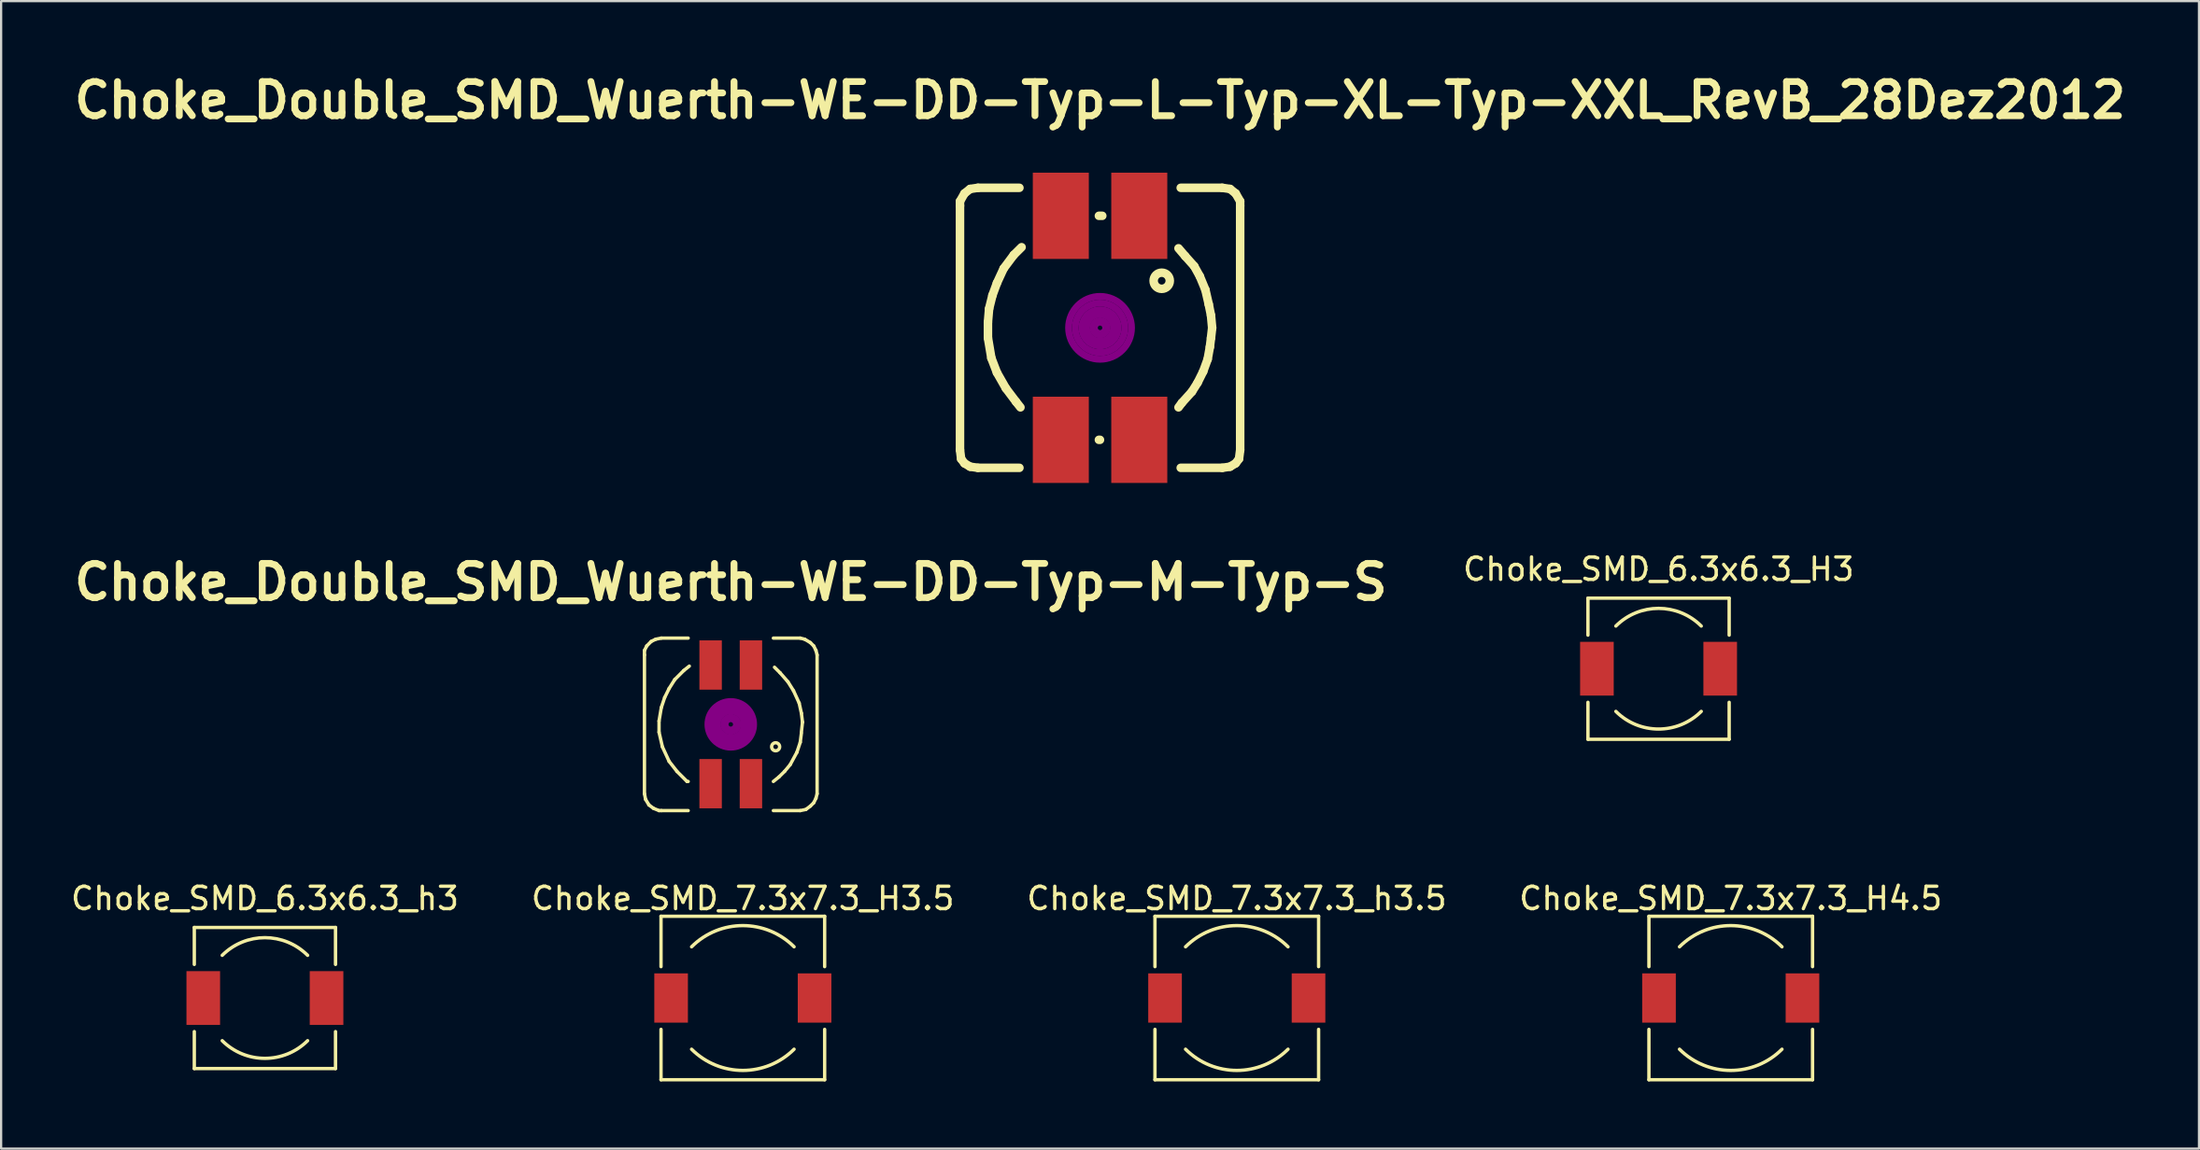
<source format=kicad_pcb>
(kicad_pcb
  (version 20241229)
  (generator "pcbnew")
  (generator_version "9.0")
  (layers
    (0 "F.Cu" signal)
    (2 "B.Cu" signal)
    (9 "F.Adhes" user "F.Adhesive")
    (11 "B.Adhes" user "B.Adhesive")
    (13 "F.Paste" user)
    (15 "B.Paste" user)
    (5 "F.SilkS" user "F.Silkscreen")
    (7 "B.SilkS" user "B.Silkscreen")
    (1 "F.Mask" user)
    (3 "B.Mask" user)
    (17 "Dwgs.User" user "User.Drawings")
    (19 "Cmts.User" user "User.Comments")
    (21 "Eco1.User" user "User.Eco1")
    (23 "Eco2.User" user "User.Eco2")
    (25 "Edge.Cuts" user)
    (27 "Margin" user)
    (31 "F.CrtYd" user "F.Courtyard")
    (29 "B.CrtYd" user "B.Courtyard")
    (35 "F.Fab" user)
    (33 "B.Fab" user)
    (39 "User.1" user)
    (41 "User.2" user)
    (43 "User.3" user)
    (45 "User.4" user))
  (footprint "Choke_SMD_7.3x7.3_H3.5"
    (layer "F.Cu")
    (at 30.089 41.508)
    (property "Reference" "Choke_SMD_7.3x7.3_H3.5" (at 0 -4.445 0) (layer "F.SilkS") (effects (font (size 1 1) (thickness 0.15))))
    (attr smd)
    (fp_line (start -3.65 -3.65) (end -3.65 -1.4) (stroke (width 0.15) (type solid)) (layer "F.SilkS"))
    (fp_line (start -3.65 -3.65) (end 3.65 -3.65) (stroke (width 0.15) (type solid)) (layer "F.SilkS"))
    (fp_line (start -3.65 3.65) (end -3.65 1.4) (stroke (width 0.15) (type solid)) (layer "F.SilkS"))
    (fp_line (start 3.65 -3.65) (end 3.65 -1.4) (stroke (width 0.15) (type solid)) (layer "F.SilkS"))
    (fp_line (start 3.65 3.65) (end -3.65 3.65) (stroke (width 0.15) (type solid)) (layer "F.SilkS"))
    (fp_line (start 3.65 3.65) (end 3.65 1.4) (stroke (width 0.15) (type solid)) (layer "F.SilkS"))
    (fp_arc (start -2.286 -2.286) (mid 0 -3.232892) (end 2.286 -2.286) (stroke (width 0.15) (type solid)) (layer "F.SilkS"))
    (fp_arc (start 2.286 2.286) (mid 0 3.232892) (end -2.286 2.286) (stroke (width 0.15) (type solid)) (layer "F.SilkS"))
    (pad "1" smd rect (at -3.2 0) (size 1.5 2.2) (layers "F.Cu" "F.Mask" "F.Paste"))
    (pad "2" smd rect (at 3.2 0) (size 1.5 2.2) (layers "F.Cu" "F.Mask" "F.Paste")))
  (footprint "Choke_SMD_6.3x6.3_h3"
    (layer "F.Cu")
    (at 8.768 41.508)
    (property "Reference" "Choke_SMD_6.3x6.3_h3" (at 0 -4.445 0) (layer "F.SilkS") (effects (font (size 1 1) (thickness 0.15))))
    (attr smd)
    (fp_line (start -3.15 -3.15) (end -3.15 -1.5) (stroke (width 0.15) (type solid)) (layer "F.SilkS"))
    (fp_line (start -3.15 -3.15) (end 3.15 -3.15) (stroke (width 0.15) (type solid)) (layer "F.SilkS"))
    (fp_line (start -3.15 3.15) (end -3.15 1.5) (stroke (width 0.15) (type solid)) (layer "F.SilkS"))
    (fp_line (start -3.15 3.15) (end 3.15 3.15) (stroke (width 0.15) (type solid)) (layer "F.SilkS"))
    (fp_line (start 3.15 -3.15) (end 3.15 -1.5) (stroke (width 0.15) (type solid)) (layer "F.SilkS"))
    (fp_line (start 3.15 3.15) (end 3.15 1.5) (stroke (width 0.15) (type solid)) (layer "F.SilkS"))
    (fp_arc (start -1.905 -1.905) (mid 0 -2.694077) (end 1.905 -1.905) (stroke (width 0.15) (type solid)) (layer "F.SilkS"))
    (fp_arc (start 1.905 1.905) (mid 0 2.694077) (end -1.905 1.905) (stroke (width 0.15) (type solid)) (layer "F.SilkS"))
    (pad "1" smd rect (at -2.75 0) (size 1.5 2.4) (layers "F.Cu" "F.Mask" "F.Paste"))
    (pad "2" smd rect (at 2.75 0) (size 1.5 2.4) (layers "F.Cu" "F.Mask" "F.Paste")))
  (footprint "Choke_SMD_7.3x7.3_H4.5"
    (layer "F.Cu")
    (at 74.161 41.508)
    (property "Reference" "Choke_SMD_7.3x7.3_H4.5" (at 0 -4.445 0) (layer "F.SilkS") (effects (font (size 1 1) (thickness 0.15))))
    (attr smd)
    (fp_line (start -3.65 -3.65) (end -3.65 -1.4) (stroke (width 0.15) (type solid)) (layer "F.SilkS"))
    (fp_line (start -3.65 -3.65) (end 3.65 -3.65) (stroke (width 0.15) (type solid)) (layer "F.SilkS"))
    (fp_line (start -3.65 3.65) (end -3.65 1.4) (stroke (width 0.15) (type solid)) (layer "F.SilkS"))
    (fp_line (start 3.65 -3.65) (end 3.65 -1.4) (stroke (width 0.15) (type solid)) (layer "F.SilkS"))
    (fp_line (start 3.65 3.65) (end -3.65 3.65) (stroke (width 0.15) (type solid)) (layer "F.SilkS"))
    (fp_line (start 3.65 3.65) (end 3.65 1.4) (stroke (width 0.15) (type solid)) (layer "F.SilkS"))
    (fp_arc (start -2.286 -2.286) (mid 0 -3.232892) (end 2.286 -2.286) (stroke (width 0.15) (type solid)) (layer "F.SilkS"))
    (fp_arc (start 2.286 2.286) (mid 0 3.232892) (end -2.286 2.286) (stroke (width 0.15) (type solid)) (layer "F.SilkS"))
    (pad "1" smd rect (at -3.2 0) (size 1.5 2.2) (layers "F.Cu" "F.Mask" "F.Paste"))
    (pad "2" smd rect (at 3.2 0) (size 1.5 2.2) (layers "F.Cu" "F.Mask" "F.Paste")))
  (footprint "Choke_Double_SMD_Wuerth-WE-DD-Typ-M-Typ-S"
    (layer "F.Cu")
    (at 29.551 29.29)
    (property "Reference" "Choke_Double_SMD_Wuerth-WE-DD-Typ-M-Typ-S" (at 0 -6.35 0) (layer "F.SilkS") (effects (font (size 1.524 1.524) (thickness 0.305))))
    (attr smd)
    (fp_line (start -3.851 -3.299) (end -3.851 -3.099) (stroke (width 0.15) (type solid)) (layer "F.SilkS"))
    (fp_line (start -3.851 -3.099) (end -3.851 3.099) (stroke (width 0.15) (type solid)) (layer "F.SilkS"))
    (fp_line (start -3.851 3.099) (end -3.8 3.35) (stroke (width 0.15) (type solid)) (layer "F.SilkS"))
    (fp_line (start -3.8 3.35) (end -3.65 3.599) (stroke (width 0.15) (type solid)) (layer "F.SilkS"))
    (fp_line (start -3.749 -3.5) (end -3.851 -3.299) (stroke (width 0.15) (type solid)) (layer "F.SilkS"))
    (fp_line (start -3.65 3.599) (end -3.449 3.749) (stroke (width 0.15) (type solid)) (layer "F.SilkS"))
    (fp_line (start -3.551 -3.701) (end -3.749 -3.5) (stroke (width 0.15) (type solid)) (layer "F.SilkS"))
    (fp_line (start -3.449 3.749) (end -3.2 3.851) (stroke (width 0.15) (type solid)) (layer "F.SilkS"))
    (fp_line (start -3.35 -3.8) (end -3.551 -3.701) (stroke (width 0.15) (type solid)) (layer "F.SilkS"))
    (fp_line (start -3.2 -0.15) (end -3.2 0.351) (stroke (width 0.15) (type solid)) (layer "F.SilkS"))
    (fp_line (start -3.2 0.351) (end -3.051 1.001) (stroke (width 0.15) (type solid)) (layer "F.SilkS"))
    (fp_line (start -3.2 3.851) (end -3.099 3.851) (stroke (width 0.15) (type solid)) (layer "F.SilkS"))
    (fp_line (start -3.099 -3.851) (end -3.35 -3.8) (stroke (width 0.15) (type solid)) (layer "F.SilkS"))
    (fp_line (start -3.099 -0.749) (end -3.2 -0.15) (stroke (width 0.15) (type solid)) (layer "F.SilkS"))
    (fp_line (start -3.099 3.851) (end -1.9 3.851) (stroke (width 0.15) (type solid)) (layer "F.SilkS"))
    (fp_line (start -3.051 1.001) (end -2.751 1.651) (stroke (width 0.15) (type solid)) (layer "F.SilkS"))
    (fp_line (start -2.949 -1.199) (end -3.099 -0.749) (stroke (width 0.15) (type solid)) (layer "F.SilkS"))
    (fp_line (start -2.751 -1.6) (end -2.949 -1.199) (stroke (width 0.15) (type solid)) (layer "F.SilkS"))
    (fp_line (start -2.751 1.651) (end -2.4 2.101) (stroke (width 0.15) (type solid)) (layer "F.SilkS"))
    (fp_line (start -2.499 -1.999) (end -2.751 -1.6) (stroke (width 0.15) (type solid)) (layer "F.SilkS"))
    (fp_line (start -2.4 2.101) (end -1.951 2.55) (stroke (width 0.15) (type solid)) (layer "F.SilkS"))
    (fp_line (start -2.101 -2.4) (end -2.499 -1.999) (stroke (width 0.15) (type solid)) (layer "F.SilkS"))
    (fp_line (start -1.951 2.55) (end -1.9 2.55) (stroke (width 0.15) (type solid)) (layer "F.SilkS"))
    (fp_line (start -1.9 -3.851) (end -3.099 -3.851) (stroke (width 0.15) (type solid)) (layer "F.SilkS"))
    (fp_line (start -1.849 -2.601) (end -2.101 -2.4) (stroke (width 0.15) (type solid)) (layer "F.SilkS"))
    (fp_line (start 1.9 -3.851) (end 3.099 -3.851) (stroke (width 0.15) (type solid)) (layer "F.SilkS"))
    (fp_line (start 1.951 -2.55) (end 2.2 -2.301) (stroke (width 0.15) (type solid)) (layer "F.SilkS"))
    (fp_line (start 2.149 2.349) (end 1.9 2.55) (stroke (width 0.15) (type solid)) (layer "F.SilkS"))
    (fp_line (start 2.2 -2.301) (end 2.55 -1.9) (stroke (width 0.15) (type solid)) (layer "F.SilkS"))
    (fp_line (start 2.4 2.101) (end 2.149 2.349) (stroke (width 0.15) (type solid)) (layer "F.SilkS"))
    (fp_line (start 2.55 -1.9) (end 2.799 -1.501) (stroke (width 0.15) (type solid)) (layer "F.SilkS"))
    (fp_line (start 2.649 1.801) (end 2.4 2.101) (stroke (width 0.15) (type solid)) (layer "F.SilkS"))
    (fp_line (start 2.799 -1.501) (end 3.051 -0.95) (stroke (width 0.15) (type solid)) (layer "F.SilkS"))
    (fp_line (start 2.949 1.25) (end 2.649 1.801) (stroke (width 0.15) (type solid)) (layer "F.SilkS"))
    (fp_line (start 3.051 -0.95) (end 3.15 -0.5) (stroke (width 0.15) (type solid)) (layer "F.SilkS"))
    (fp_line (start 3.099 -3.851) (end 3.299 -3.8) (stroke (width 0.15) (type solid)) (layer "F.SilkS"))
    (fp_line (start 3.099 0.8) (end 2.949 1.25) (stroke (width 0.15) (type solid)) (layer "F.SilkS"))
    (fp_line (start 3.099 3.851) (end 1.9 3.851) (stroke (width 0.15) (type solid)) (layer "F.SilkS"))
    (fp_line (start 3.15 -0.5) (end 3.2 -0.099) (stroke (width 0.15) (type solid)) (layer "F.SilkS"))
    (fp_line (start 3.15 0.399) (end 3.099 0.8) (stroke (width 0.15) (type solid)) (layer "F.SilkS"))
    (fp_line (start 3.2 -0.099) (end 3.15 0.351) (stroke (width 0.15) (type solid)) (layer "F.SilkS"))
    (fp_line (start 3.299 -3.8) (end 3.551 -3.65) (stroke (width 0.15) (type solid)) (layer "F.SilkS"))
    (fp_line (start 3.35 3.8) (end 3.099 3.851) (stroke (width 0.15) (type solid)) (layer "F.SilkS"))
    (fp_line (start 3.551 -3.65) (end 3.701 -3.5) (stroke (width 0.15) (type solid)) (layer "F.SilkS"))
    (fp_line (start 3.551 3.65) (end 3.35 3.8) (stroke (width 0.15) (type solid)) (layer "F.SilkS"))
    (fp_line (start 3.701 -3.5) (end 3.8 -3.299) (stroke (width 0.15) (type solid)) (layer "F.SilkS"))
    (fp_line (start 3.701 3.5) (end 3.551 3.65) (stroke (width 0.15) (type solid)) (layer "F.SilkS"))
    (fp_line (start 3.8 -3.299) (end 3.851 -3.099) (stroke (width 0.15) (type solid)) (layer "F.SilkS"))
    (fp_line (start 3.8 3.299) (end 3.701 3.5) (stroke (width 0.15) (type solid)) (layer "F.SilkS"))
    (fp_line (start 3.851 -3.099) (end 3.851 3.099) (stroke (width 0.15) (type solid)) (layer "F.SilkS"))
    (fp_line (start 3.851 3.099) (end 3.8 3.299) (stroke (width 0.15) (type solid)) (layer "F.SilkS"))
    (fp_circle (center 2.002 1.001) (end 2.151 0.902) (stroke (width 0.15) (type solid)) (fill no) (layer "F.SilkS"))
    (fp_circle (center 0 0) (end 0.1 0) (stroke (width 0.305) (type solid)) (fill no) (layer "F.Adhes"))
    (fp_circle (center 0 0) (end 0.3 -0.1) (stroke (width 0.305) (type solid)) (fill no) (layer "F.Adhes"))
    (fp_circle (center 0 0) (end 0.6 0) (stroke (width 0.305) (type solid)) (fill no) (layer "F.Adhes"))
    (fp_circle (center 0 0) (end 0.8 -0.1) (stroke (width 0.305) (type solid)) (fill no) (layer "F.Adhes"))
    (fp_circle (center 0 0) (end 1 -0.2) (stroke (width 0.305) (type solid)) (fill no) (layer "F.Adhes"))
    (fp_circle (center 0.8 0) (end 0.8 0) (stroke (width 0.305) (type solid)) (fill no) (layer "F.Adhes"))
    (pad "1" smd rect (at -0.899 2.649) (size 1.001 2.2) (layers "F.Cu" "F.Mask" "F.Paste"))
    (pad "2" smd rect (at -0.899 -2.649) (size 1.001 2.2) (layers "F.Cu" "F.Mask" "F.Paste"))
    (pad "3" smd rect (at 0.899 -2.649) (size 1.001 2.2) (layers "F.Cu" "F.Mask" "F.Paste"))
    (pad "4" smd rect (at 0.899 2.649) (size 1.001 2.2) (layers "F.Cu" "F.Mask" "F.Paste")))
  (footprint "Choke_SMD_7.3x7.3_h3.5"
    (layer "F.Cu")
    (at 52.125 41.508)
    (property "Reference" "Choke_SMD_7.3x7.3_h3.5" (at 0 -4.445 0) (layer "F.SilkS") (effects (font (size 1 1) (thickness 0.15))))
    (attr smd)
    (fp_line (start -3.65 -3.65) (end -3.65 -1.4) (stroke (width 0.15) (type solid)) (layer "F.SilkS"))
    (fp_line (start -3.65 -3.65) (end 3.65 -3.65) (stroke (width 0.15) (type solid)) (layer "F.SilkS"))
    (fp_line (start -3.65 3.65) (end -3.65 1.4) (stroke (width 0.15) (type solid)) (layer "F.SilkS"))
    (fp_line (start 3.65 -3.65) (end 3.65 -1.4) (stroke (width 0.15) (type solid)) (layer "F.SilkS"))
    (fp_line (start 3.65 3.65) (end -3.65 3.65) (stroke (width 0.15) (type solid)) (layer "F.SilkS"))
    (fp_line (start 3.65 3.65) (end 3.65 1.4) (stroke (width 0.15) (type solid)) (layer "F.SilkS"))
    (fp_arc (start -2.286 -2.286) (mid 0 -3.232892) (end 2.286 -2.286) (stroke (width 0.15) (type solid)) (layer "F.SilkS"))
    (fp_arc (start 2.286 2.286) (mid 0 3.232892) (end -2.286 2.286) (stroke (width 0.15) (type solid)) (layer "F.SilkS"))
    (pad "1" smd rect (at -3.2 0) (size 1.5 2.2) (layers "F.Cu" "F.Mask" "F.Paste"))
    (pad "2" smd rect (at 3.2 0) (size 1.5 2.2) (layers "F.Cu" "F.Mask" "F.Paste")))
  (footprint "Choke_Double_SMD_Wuerth-WE-DD-Typ-L-Typ-XL-Typ-XXL_RevB_28Dez2012"
    (layer "F.Cu")
    (at 46.025 11.586)
    (property "Reference" "Choke_Double_SMD_Wuerth-WE-DD-Typ-L-Typ-XL-Typ-XXL_RevB_28Dez2012" (at 0 -10.16 0) (layer "F.SilkS") (effects (font (size 1.524 1.524) (thickness 0.305))))
    (attr smd)
    (fp_line (start -6.248 -5.649) (end -6.248 -5.451) (stroke (width 0.381) (type solid)) (layer "F.SilkS"))
    (fp_line (start -6.248 -5.451) (end -6.248 5.451) (stroke (width 0.381) (type solid)) (layer "F.SilkS"))
    (fp_line (start -6.198 5.85) (end -6.248 5.451) (stroke (width 0.381) (type solid)) (layer "F.SilkS"))
    (fp_line (start -6.048 -5.999) (end -6.248 -5.649) (stroke (width 0.381) (type solid)) (layer "F.SilkS"))
    (fp_line (start -6.048 6.05) (end -6.198 5.85) (stroke (width 0.381) (type solid)) (layer "F.SilkS"))
    (fp_line (start -5.796 -6.2) (end -6.048 -5.999) (stroke (width 0.381) (type solid)) (layer "F.SilkS"))
    (fp_line (start -5.796 6.2) (end -6.048 6.05) (stroke (width 0.381) (type solid)) (layer "F.SilkS"))
    (fp_line (start -5.448 -6.251) (end -5.796 -6.2) (stroke (width 0.381) (type solid)) (layer "F.SilkS"))
    (fp_line (start -5.448 6.251) (end -5.796 6.2) (stroke (width 0.381) (type solid)) (layer "F.SilkS"))
    (fp_line (start -5.001 -0.249) (end -5.001 0.45) (stroke (width 0.381) (type solid)) (layer "F.SilkS"))
    (fp_line (start -5.001 0.45) (end -4.849 1.349) (stroke (width 0.381) (type solid)) (layer "F.SilkS"))
    (fp_line (start -4.95 -0.851) (end -5.001 -0.249) (stroke (width 0.381) (type solid)) (layer "F.SilkS"))
    (fp_line (start -4.849 1.349) (end -4.6 1.999) (stroke (width 0.381) (type solid)) (layer "F.SilkS"))
    (fp_line (start -4.801 -1.45) (end -4.95 -0.851) (stroke (width 0.381) (type solid)) (layer "F.SilkS"))
    (fp_line (start -4.6 -1.999) (end -4.801 -1.45) (stroke (width 0.381) (type solid)) (layer "F.SilkS"))
    (fp_line (start -4.6 1.999) (end -4.201 2.7) (stroke (width 0.381) (type solid)) (layer "F.SilkS"))
    (fp_line (start -4.3 -2.649) (end -4.6 -1.999) (stroke (width 0.381) (type solid)) (layer "F.SilkS"))
    (fp_line (start -4.201 2.7) (end -3.749 3.299) (stroke (width 0.381) (type solid)) (layer "F.SilkS"))
    (fp_line (start -3.851 -3.251) (end -4.3 -2.649) (stroke (width 0.381) (type solid)) (layer "F.SilkS"))
    (fp_line (start -3.749 3.299) (end -3.551 3.551) (stroke (width 0.381) (type solid)) (layer "F.SilkS"))
    (fp_line (start -3.597 -6.251) (end -5.448 -6.251) (stroke (width 0.381) (type solid)) (layer "F.SilkS"))
    (fp_line (start -3.597 6.251) (end -5.448 6.251) (stroke (width 0.381) (type solid)) (layer "F.SilkS"))
    (fp_line (start -3.5 -3.599) (end -3.851 -3.251) (stroke (width 0.381) (type solid)) (layer "F.SilkS"))
    (fp_line (start -0.051 5.001) (end -0.003 5.001) (stroke (width 0.381) (type solid)) (layer "F.SilkS"))
    (fp_line (start 0.099 -5.001) (end -0.051 -5.001) (stroke (width 0.381) (type solid)) (layer "F.SilkS"))
    (fp_line (start 3.5 3.551) (end 3.65 3.35) (stroke (width 0.381) (type solid)) (layer "F.SilkS"))
    (fp_line (start 3.599 -6.251) (end 5.451 -6.251) (stroke (width 0.381) (type solid)) (layer "F.SilkS"))
    (fp_line (start 3.599 6.251) (end 5.451 6.251) (stroke (width 0.381) (type solid)) (layer "F.SilkS"))
    (fp_line (start 3.65 3.35) (end 4.1 2.85) (stroke (width 0.381) (type solid)) (layer "F.SilkS"))
    (fp_line (start 3.8 -3.2) (end 3.5 -3.551) (stroke (width 0.381) (type solid)) (layer "F.SilkS"))
    (fp_line (start 4.1 2.85) (end 4.351 2.451) (stroke (width 0.381) (type solid)) (layer "F.SilkS"))
    (fp_line (start 4.201 -2.751) (end 3.8 -3.2) (stroke (width 0.381) (type solid)) (layer "F.SilkS"))
    (fp_line (start 4.351 2.451) (end 4.6 1.951) (stroke (width 0.381) (type solid)) (layer "F.SilkS"))
    (fp_line (start 4.45 -2.301) (end 4.201 -2.751) (stroke (width 0.381) (type solid)) (layer "F.SilkS"))
    (fp_line (start 4.6 1.951) (end 4.801 1.4) (stroke (width 0.381) (type solid)) (layer "F.SilkS"))
    (fp_line (start 4.699 -1.699) (end 4.45 -2.301) (stroke (width 0.381) (type solid)) (layer "F.SilkS"))
    (fp_line (start 4.801 1.4) (end 4.9 0.851) (stroke (width 0.381) (type solid)) (layer "F.SilkS"))
    (fp_line (start 4.849 -1.049) (end 4.699 -1.699) (stroke (width 0.381) (type solid)) (layer "F.SilkS"))
    (fp_line (start 4.9 0.851) (end 4.95 0.45) (stroke (width 0.381) (type solid)) (layer "F.SilkS"))
    (fp_line (start 4.95 -0.551) (end 4.849 -1.049) (stroke (width 0.381) (type solid)) (layer "F.SilkS"))
    (fp_line (start 4.95 0.45) (end 5.001 0) (stroke (width 0.381) (type solid)) (layer "F.SilkS"))
    (fp_line (start 5.001 0) (end 4.95 -0.551) (stroke (width 0.381) (type solid)) (layer "F.SilkS"))
    (fp_line (start 5.451 -6.251) (end 5.799 -6.2) (stroke (width 0.381) (type solid)) (layer "F.SilkS"))
    (fp_line (start 5.451 6.251) (end 5.799 6.2) (stroke (width 0.381) (type solid)) (layer "F.SilkS"))
    (fp_line (start 5.799 -6.2) (end 6.05 -5.999) (stroke (width 0.381) (type solid)) (layer "F.SilkS"))
    (fp_line (start 5.799 6.2) (end 6.05 6.05) (stroke (width 0.381) (type solid)) (layer "F.SilkS"))
    (fp_line (start 6.05 -5.999) (end 6.251 -5.649) (stroke (width 0.381) (type solid)) (layer "F.SilkS"))
    (fp_line (start 6.05 6.05) (end 6.2 5.85) (stroke (width 0.381) (type solid)) (layer "F.SilkS"))
    (fp_line (start 6.2 5.85) (end 6.251 5.451) (stroke (width 0.381) (type solid)) (layer "F.SilkS"))
    (fp_line (start 6.251 -5.649) (end 6.251 -5.451) (stroke (width 0.381) (type solid)) (layer "F.SilkS"))
    (fp_line (start 6.251 -5.451) (end 6.251 5.451) (stroke (width 0.381) (type solid)) (layer "F.SilkS"))
    (fp_circle (center 2.751 -2.101) (end 3.051 -1.9) (stroke (width 0.381) (type solid)) (fill no) (layer "F.SilkS"))
    (fp_circle (center 0 0) (end 0.1 0) (stroke (width 0.305) (type solid)) (fill no) (layer "F.Adhes"))
    (fp_circle (center 0 0) (end 0.3 0.1) (stroke (width 0.305) (type solid)) (fill no) (layer "F.Adhes"))
    (fp_circle (center 0 0) (end 0.6 0) (stroke (width 0.305) (type solid)) (fill no) (layer "F.Adhes"))
    (fp_circle (center 0 0) (end 0.8 -0.1) (stroke (width 0.305) (type solid)) (fill no) (layer "F.Adhes"))
    (fp_circle (center 0 0) (end 1.1 -0.1) (stroke (width 0.305) (type solid)) (fill no) (layer "F.Adhes"))
    (fp_circle (center 0 0) (end 1.4 -0.1) (stroke (width 0.305) (type solid)) (fill no) (layer "F.Adhes"))
    (pad "1" smd rect (at -1.75 -5.001) (size 2.499 3.851) (layers "F.Cu" "F.Mask" "F.Paste"))
    (pad "2" smd rect (at 1.75 -5.001) (size 2.499 3.851) (layers "F.Cu" "F.Mask" "F.Paste"))
    (pad "3" smd rect (at 1.75 5.001) (size 2.499 3.851) (layers "F.Cu" "F.Mask" "F.Paste"))
    (pad "4" smd rect (at -1.75 5.001) (size 2.499 3.851) (layers "F.Cu" "F.Mask" "F.Paste")))
  (footprint "Choke_SMD_6.3x6.3_H3"
    (layer "F.Cu")
    (at 70.941 26.806)
    (property "Reference" "Choke_SMD_6.3x6.3_H3" (at 0 -4.445 0) (layer "F.SilkS") (effects (font (size 1 1) (thickness 0.15))))
    (attr smd)
    (fp_line (start -3.15 -3.15) (end -3.15 -1.5) (stroke (width 0.15) (type solid)) (layer "F.SilkS"))
    (fp_line (start -3.15 -3.15) (end 3.15 -3.15) (stroke (width 0.15) (type solid)) (layer "F.SilkS"))
    (fp_line (start -3.15 3.15) (end -3.15 1.5) (stroke (width 0.15) (type solid)) (layer "F.SilkS"))
    (fp_line (start -3.15 3.15) (end 3.15 3.15) (stroke (width 0.15) (type solid)) (layer "F.SilkS"))
    (fp_line (start 3.15 -3.15) (end 3.15 -1.5) (stroke (width 0.15) (type solid)) (layer "F.SilkS"))
    (fp_line (start 3.15 3.15) (end 3.15 1.5) (stroke (width 0.15) (type solid)) (layer "F.SilkS"))
    (fp_arc (start -1.905 -1.905) (mid 0 -2.694077) (end 1.905 -1.905) (stroke (width 0.15) (type solid)) (layer "F.SilkS"))
    (fp_arc (start 1.905 1.905) (mid 0 2.694077) (end -1.905 1.905) (stroke (width 0.15) (type solid)) (layer "F.SilkS"))
    (pad "1" smd rect (at -2.75 0) (size 1.5 2.4) (layers "F.Cu" "F.Mask" "F.Paste"))
    (pad "2" smd rect (at 2.75 0) (size 1.5 2.4) (layers "F.Cu" "F.Mask" "F.Paste")))
  (gr_rect
    (start -3 -3)
    (end 95.05 48.233)
    (stroke (width 0.1) (type default))
    (fill no)
    (layer "Edge.Cuts")))
</source>
